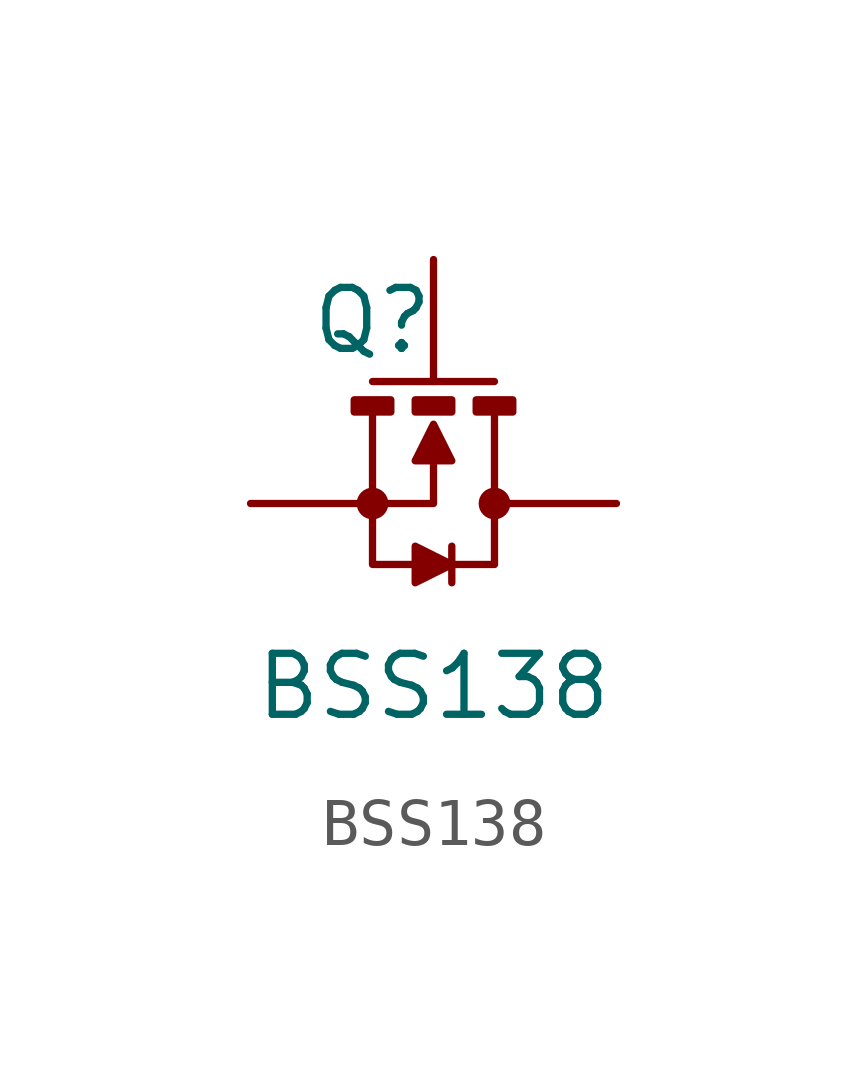
<source format=kicad_sym>
(kicad_symbol_lib
  (version 20220914)
  (generator kicad_symbol_editor)
  (symbol "BSS138"
    (pin_numbers hide)
    (pin_names hide)
    (property "Reference" "Q"
      (at -1.27 3.81 0)
      (effects (font (size 1.27 1.27))))
    (property "Value" "BSS138"
      (at 0 -3.81 0)
      (effects (font (size 1.27 1.27))))
    (symbol "BSS138_0_1"
      (polyline (pts (xy -1.27 2.54) (xy 1.27 2.54)) (stroke (width 0) (type default)) (fill (type none))))
    (symbol "BSS138_1_1"
      (rectangle (start -1.651 2.159) (end -0.889 1.905) (stroke (width 0) (type default)) (fill (type outline)))
      (circle (center -1.27 0) (radius 0.254) (stroke (width 0) (type default)) (fill (type outline)))
      (rectangle (start -0.381 2.159) (end 0.381 1.905) (stroke (width 0) (type default)) (fill (type outline)))
      (polyline (pts (xy 0.381 -0.889) (xy 0.381 -1.651)) (stroke (width 0) (type default)) (fill (type none)))
      (polyline (pts (xy 0 0.889) (xy 0 0) (xy -1.27 0)) (stroke (width 0) (type default)) (fill (type none)))
      (polyline (pts (xy -1.27 1.905) (xy -1.27 -1.27) (xy 1.27 -1.27) (xy 1.27 1.905)) (stroke (width 0) (type default)) (fill (type none)))
      (polyline (pts (xy 0 1.651) (xy -0.381 0.889) (xy 0.381 0.889) (xy 0 1.651)) (stroke (width 0) (type default)) (fill (type outline)))
      (polyline (pts (xy 0.381 -1.27) (xy -0.381 -0.889) (xy -0.381 -1.651) (xy 0.381 -1.27)) (stroke (width 0) (type default)) (fill (type outline)))
      (rectangle (start 0.889 2.159) (end 1.651 1.905) (stroke (width 0) (type default)) (fill (type outline)))
      (circle (center 1.27 0) (radius 0.254) (stroke (width 0) (type default)) (fill (type outline)))
      (pin passive line (at 0 5.08 270) (length 2.54) (name "G" (effects (font (size 1.27 1.27)))) (number "1" (effects (font (size 1.27 1.27)))))
      (pin passive line (at -3.81 0 0) (length 2.54) (name "S" (effects (font (size 1.27 1.27)))) (number "2" (effects (font (size 1.27 1.27)))))
      (pin passive line (at 3.81 0 180) (length 2.54) (name "D" (effects (font (size 1.27 1.27)))) (number "3" (effects (font (size 1.27 1.27))))))))
</source>
